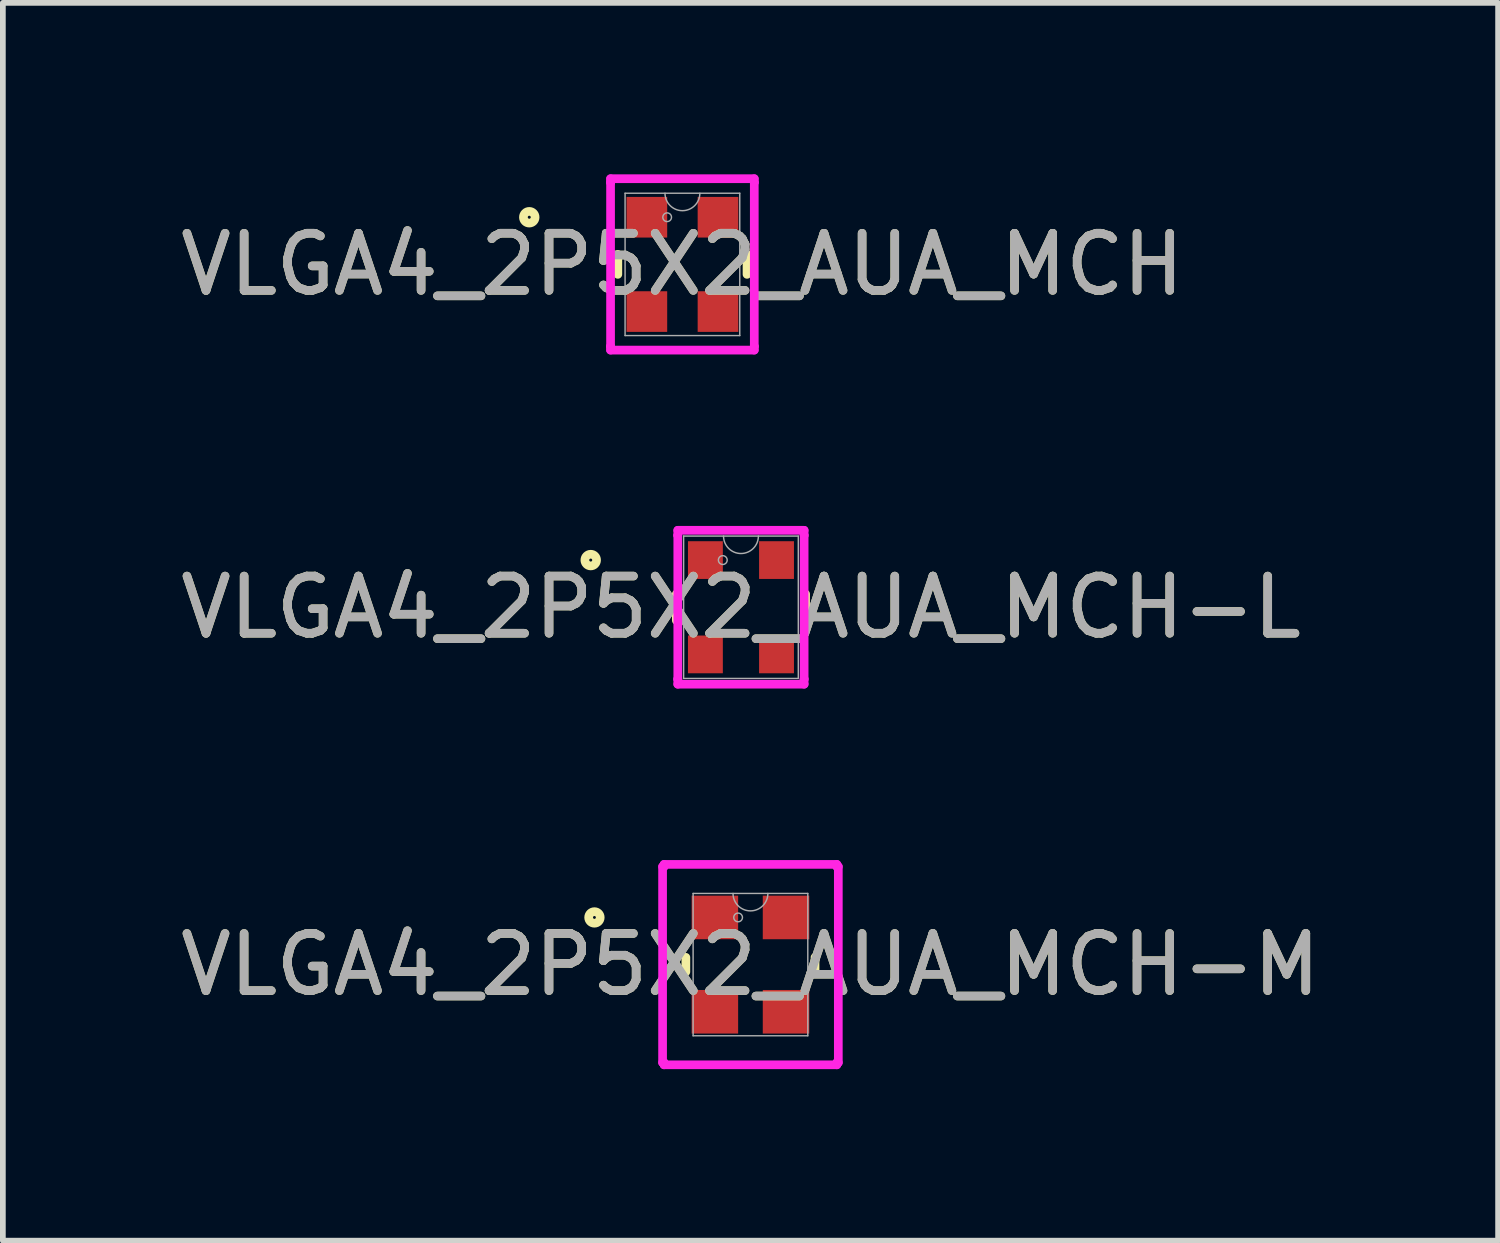
<source format=kicad_pcb>
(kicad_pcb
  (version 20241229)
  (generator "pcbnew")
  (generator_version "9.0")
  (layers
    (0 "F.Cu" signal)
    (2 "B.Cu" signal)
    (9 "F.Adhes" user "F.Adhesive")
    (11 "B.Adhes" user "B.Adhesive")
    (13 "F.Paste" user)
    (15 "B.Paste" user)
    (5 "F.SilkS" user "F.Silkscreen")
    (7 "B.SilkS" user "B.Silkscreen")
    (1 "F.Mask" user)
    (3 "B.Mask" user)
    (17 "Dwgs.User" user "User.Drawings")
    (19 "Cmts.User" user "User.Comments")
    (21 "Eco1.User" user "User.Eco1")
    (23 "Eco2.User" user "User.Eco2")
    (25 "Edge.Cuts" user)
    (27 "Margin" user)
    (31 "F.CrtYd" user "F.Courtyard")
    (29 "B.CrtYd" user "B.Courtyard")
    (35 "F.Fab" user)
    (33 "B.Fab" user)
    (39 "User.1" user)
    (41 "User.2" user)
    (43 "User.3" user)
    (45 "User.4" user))
  (footprint "VLGA4_2P5X2_AUA_MCH-M"
    (layer "F.Cu")
    (at 10.077 13.823)
    (property "Reference" "VLGA4_2P5X2_AUA_MCH-M" (at 0 0 0) (unlocked yes) (layer "F.SilkS") (effects (font (size 1 1) (thickness 0.15))))
    (attr smd)
    (fp_line (start -1.13 -0.127) (end -1.13 0.127) (stroke (width 0.152) (type solid)) (layer "F.SilkS"))
    (fp_line (start 1.13 0.127) (end 1.13 -0.127) (stroke (width 0.152) (type solid)) (layer "F.SilkS"))
    (fp_circle (center -2.729 -0.825) (end -2.628 -0.825) (stroke (width 0.152) (type solid)) (fill no) (layer "F.SilkS"))
    (fp_line (start -1.537 -1.714) (end -1.511 -1.714) (stroke (width 0.152) (type solid)) (layer "F.CrtYd"))
    (fp_line (start -1.537 1.714) (end -1.537 -1.714) (stroke (width 0.152) (type solid)) (layer "F.CrtYd"))
    (fp_line (start -1.537 1.714) (end -1.511 1.714) (stroke (width 0.152) (type solid)) (layer "F.CrtYd"))
    (fp_line (start -1.511 -1.753) (end 1.511 -1.753) (stroke (width 0.152) (type solid)) (layer "F.CrtYd"))
    (fp_line (start -1.511 -1.714) (end -1.511 -1.753) (stroke (width 0.152) (type solid)) (layer "F.CrtYd"))
    (fp_line (start -1.511 1.753) (end -1.511 1.714) (stroke (width 0.152) (type solid)) (layer "F.CrtYd"))
    (fp_line (start 1.511 -1.753) (end 1.511 -1.714) (stroke (width 0.152) (type solid)) (layer "F.CrtYd"))
    (fp_line (start 1.511 1.714) (end 1.511 1.753) (stroke (width 0.152) (type solid)) (layer "F.CrtYd"))
    (fp_line (start 1.511 1.753) (end -1.511 1.753) (stroke (width 0.152) (type solid)) (layer "F.CrtYd"))
    (fp_line (start 1.537 -1.714) (end 1.511 -1.714) (stroke (width 0.152) (type solid)) (layer "F.CrtYd"))
    (fp_line (start 1.537 -1.714) (end 1.537 1.714) (stroke (width 0.152) (type solid)) (layer "F.CrtYd"))
    (fp_line (start 1.537 1.714) (end 1.511 1.714) (stroke (width 0.152) (type solid)) (layer "F.CrtYd"))
    (fp_line (start -1.003 -1.245) (end -1.003 1.245) (stroke (width 0.025) (type solid)) (layer "F.Fab"))
    (fp_line (start -1.003 1.245) (end 1.003 1.245) (stroke (width 0.025) (type solid)) (layer "F.Fab"))
    (fp_line (start 1.003 -1.245) (end -1.003 -1.245) (stroke (width 0.025) (type solid)) (layer "F.Fab"))
    (fp_line (start 1.003 1.245) (end 1.003 -1.245) (stroke (width 0.025) (type solid)) (layer "F.Fab"))
    (fp_arc (start 0.3048 -1.2446) (mid 0 -0.9398) (end -0.3048 -1.2446) (stroke (width 0.0254) (type solid)) (layer "F.Fab"))
    (fp_circle (center -0.216 -0.825) (end -0.14 -0.825) (stroke (width 0.025) (type solid)) (fill no) (layer "F.Fab"))
    (fp_text user "${REFERENCE}" (at 0 0 0) (unlocked yes) (layer "F.Fab") (effects (font (size 1 1) (thickness 0.15))))
    (pad "1" smd rect (at -0.622 -0.825) (size 0.813 0.762) (layers "F.Cu" "F.Mask" "F.Paste"))
    (pad "2" smd rect (at -0.622 0.825) (size 0.813 0.762) (layers "F.Cu" "F.Mask" "F.Paste"))
    (pad "3" smd rect (at 0.622 0.825) (size 0.813 0.762) (layers "F.Cu" "F.Mask" "F.Paste"))
    (pad "4" smd rect (at 0.622 -0.825) (size 0.813 0.762) (layers "F.Cu" "F.Mask" "F.Paste")))
  (footprint "VLGA4_2P5X2_AUA_MCH"
    (layer "F.Cu")
    (at 8.887 1.575)
    (property "Reference" "VLGA4_2P5X2_AUA_MCH" (at 0 0 0) (unlocked yes) (layer "F.SilkS") (effects (font (size 1 1) (thickness 0.15))))
    (attr smd)
    (fp_line (start -1.13 -0.174) (end -1.13 0.174) (stroke (width 0.152) (type solid)) (layer "F.SilkS"))
    (fp_line (start 1.13 0.174) (end 1.13 -0.174) (stroke (width 0.152) (type solid)) (layer "F.SilkS"))
    (fp_circle (center -2.679 -0.825) (end -2.577 -0.825) (stroke (width 0.152) (type solid)) (fill no) (layer "F.SilkS"))
    (fp_line (start -1.257 -1.499) (end 1.257 -1.499) (stroke (width 0.152) (type solid)) (layer "F.CrtYd"))
    (fp_line (start -1.257 -1.435) (end -1.257 -1.499) (stroke (width 0.152) (type solid)) (layer "F.CrtYd"))
    (fp_line (start -1.257 -1.435) (end -1.257 -1.435) (stroke (width 0.152) (type solid)) (layer "F.CrtYd"))
    (fp_line (start -1.257 1.435) (end -1.257 -1.435) (stroke (width 0.152) (type solid)) (layer "F.CrtYd"))
    (fp_line (start -1.257 1.435) (end -1.257 1.435) (stroke (width 0.152) (type solid)) (layer "F.CrtYd"))
    (fp_line (start -1.257 1.499) (end -1.257 1.435) (stroke (width 0.152) (type solid)) (layer "F.CrtYd"))
    (fp_line (start 1.257 -1.499) (end 1.257 -1.435) (stroke (width 0.152) (type solid)) (layer "F.CrtYd"))
    (fp_line (start 1.257 -1.435) (end 1.257 -1.435) (stroke (width 0.152) (type solid)) (layer "F.CrtYd"))
    (fp_line (start 1.257 -1.435) (end 1.257 1.435) (stroke (width 0.152) (type solid)) (layer "F.CrtYd"))
    (fp_line (start 1.257 1.435) (end 1.257 1.435) (stroke (width 0.152) (type solid)) (layer "F.CrtYd"))
    (fp_line (start 1.257 1.435) (end 1.257 1.499) (stroke (width 0.152) (type solid)) (layer "F.CrtYd"))
    (fp_line (start 1.257 1.499) (end -1.257 1.499) (stroke (width 0.152) (type solid)) (layer "F.CrtYd"))
    (fp_line (start -1.003 -1.245) (end -1.003 1.245) (stroke (width 0.025) (type solid)) (layer "F.Fab"))
    (fp_line (start -1.003 1.245) (end 1.003 1.245) (stroke (width 0.025) (type solid)) (layer "F.Fab"))
    (fp_line (start 1.003 -1.245) (end -1.003 -1.245) (stroke (width 0.025) (type solid)) (layer "F.Fab"))
    (fp_line (start 1.003 1.245) (end 1.003 -1.245) (stroke (width 0.025) (type solid)) (layer "F.Fab"))
    (fp_arc (start 0.3048 -1.2446) (mid 0 -0.9398) (end -0.3048 -1.2446) (stroke (width 0.0254) (type solid)) (layer "F.Fab"))
    (fp_circle (center -0.267 -0.825) (end -0.191 -0.825) (stroke (width 0.025) (type solid)) (fill no) (layer "F.Fab"))
    (fp_text user "${REFERENCE}" (at 0 0 0) (unlocked yes) (layer "F.Fab") (effects (font (size 1 1) (thickness 0.15))))
    (pad "1" smd rect (at -0.622 -0.825) (size 0.711 0.711) (layers "F.Cu" "F.Mask" "F.Paste"))
    (pad "2" smd rect (at -0.622 0.825) (size 0.711 0.711) (layers "F.Cu" "F.Mask" "F.Paste"))
    (pad "3" smd rect (at 0.622 0.825) (size 0.711 0.711) (layers "F.Cu" "F.Mask" "F.Paste"))
    (pad "4" smd rect (at 0.622 -0.825) (size 0.711 0.711) (layers "F.Cu" "F.Mask" "F.Paste")))
  (footprint "VLGA4_2P5X2_AUA_MCH-L"
    (layer "F.Cu")
    (at 9.911 7.572)
    (property "Reference" "VLGA4_2P5X2_AUA_MCH-L" (at 0 0 0) (unlocked yes) (layer "F.SilkS") (effects (font (size 1 1) (thickness 0.15))))
    (attr smd)
    (fp_line (start -1.13 -0.231) (end -1.13 0.231) (stroke (width 0.152) (type solid)) (layer "F.SilkS"))
    (fp_line (start 1.13 0.231) (end 1.13 -0.231) (stroke (width 0.152) (type solid)) (layer "F.SilkS"))
    (fp_circle (center -2.628 -0.825) (end -2.526 -0.825) (stroke (width 0.152) (type solid)) (fill no) (layer "F.SilkS"))
    (fp_line (start -1.105 -1.346) (end 1.105 -1.346) (stroke (width 0.152) (type solid)) (layer "F.CrtYd"))
    (fp_line (start -1.105 -1.257) (end -1.105 -1.346) (stroke (width 0.152) (type solid)) (layer "F.CrtYd"))
    (fp_line (start -1.105 -1.257) (end -1.105 -1.257) (stroke (width 0.152) (type solid)) (layer "F.CrtYd"))
    (fp_line (start -1.105 1.257) (end -1.105 -1.257) (stroke (width 0.152) (type solid)) (layer "F.CrtYd"))
    (fp_line (start -1.105 1.257) (end -1.105 1.257) (stroke (width 0.152) (type solid)) (layer "F.CrtYd"))
    (fp_line (start -1.105 1.346) (end -1.105 1.257) (stroke (width 0.152) (type solid)) (layer "F.CrtYd"))
    (fp_line (start 1.105 -1.346) (end 1.105 -1.257) (stroke (width 0.152) (type solid)) (layer "F.CrtYd"))
    (fp_line (start 1.105 -1.257) (end 1.105 -1.257) (stroke (width 0.152) (type solid)) (layer "F.CrtYd"))
    (fp_line (start 1.105 -1.257) (end 1.105 1.257) (stroke (width 0.152) (type solid)) (layer "F.CrtYd"))
    (fp_line (start 1.105 1.257) (end 1.105 1.257) (stroke (width 0.152) (type solid)) (layer "F.CrtYd"))
    (fp_line (start 1.105 1.257) (end 1.105 1.346) (stroke (width 0.152) (type solid)) (layer "F.CrtYd"))
    (fp_line (start 1.105 1.346) (end -1.105 1.346) (stroke (width 0.152) (type solid)) (layer "F.CrtYd"))
    (fp_line (start -1.003 -1.245) (end -1.003 1.245) (stroke (width 0.025) (type solid)) (layer "F.Fab"))
    (fp_line (start -1.003 1.245) (end 1.003 1.245) (stroke (width 0.025) (type solid)) (layer "F.Fab"))
    (fp_line (start 1.003 -1.245) (end -1.003 -1.245) (stroke (width 0.025) (type solid)) (layer "F.Fab"))
    (fp_line (start 1.003 1.245) (end 1.003 -1.245) (stroke (width 0.025) (type solid)) (layer "F.Fab"))
    (fp_arc (start 0.3048 -1.2446) (mid 0 -0.9398) (end -0.3048 -1.2446) (stroke (width 0.0254) (type solid)) (layer "F.Fab"))
    (fp_circle (center -0.318 -0.825) (end -0.241 -0.825) (stroke (width 0.025) (type solid)) (fill no) (layer "F.Fab"))
    (fp_text user "${REFERENCE}" (at 0 0 0) (unlocked yes) (layer "F.Fab") (effects (font (size 1 1) (thickness 0.15))))
    (pad "1" smd rect (at -0.622 -0.825) (size 0.61 0.66) (layers "F.Cu" "F.Mask" "F.Paste"))
    (pad "2" smd rect (at -0.622 0.825) (size 0.61 0.66) (layers "F.Cu" "F.Mask" "F.Paste"))
    (pad "3" smd rect (at 0.622 0.825) (size 0.61 0.66) (layers "F.Cu" "F.Mask" "F.Paste"))
    (pad "4" smd rect (at 0.622 -0.825) (size 0.61 0.66) (layers "F.Cu" "F.Mask" "F.Paste")))
  (gr_rect
    (start -3 -3)
    (end 23.155 18.652)
    (stroke (width 0.1) (type default))
    (fill no)
    (layer "Edge.Cuts")))
</source>
